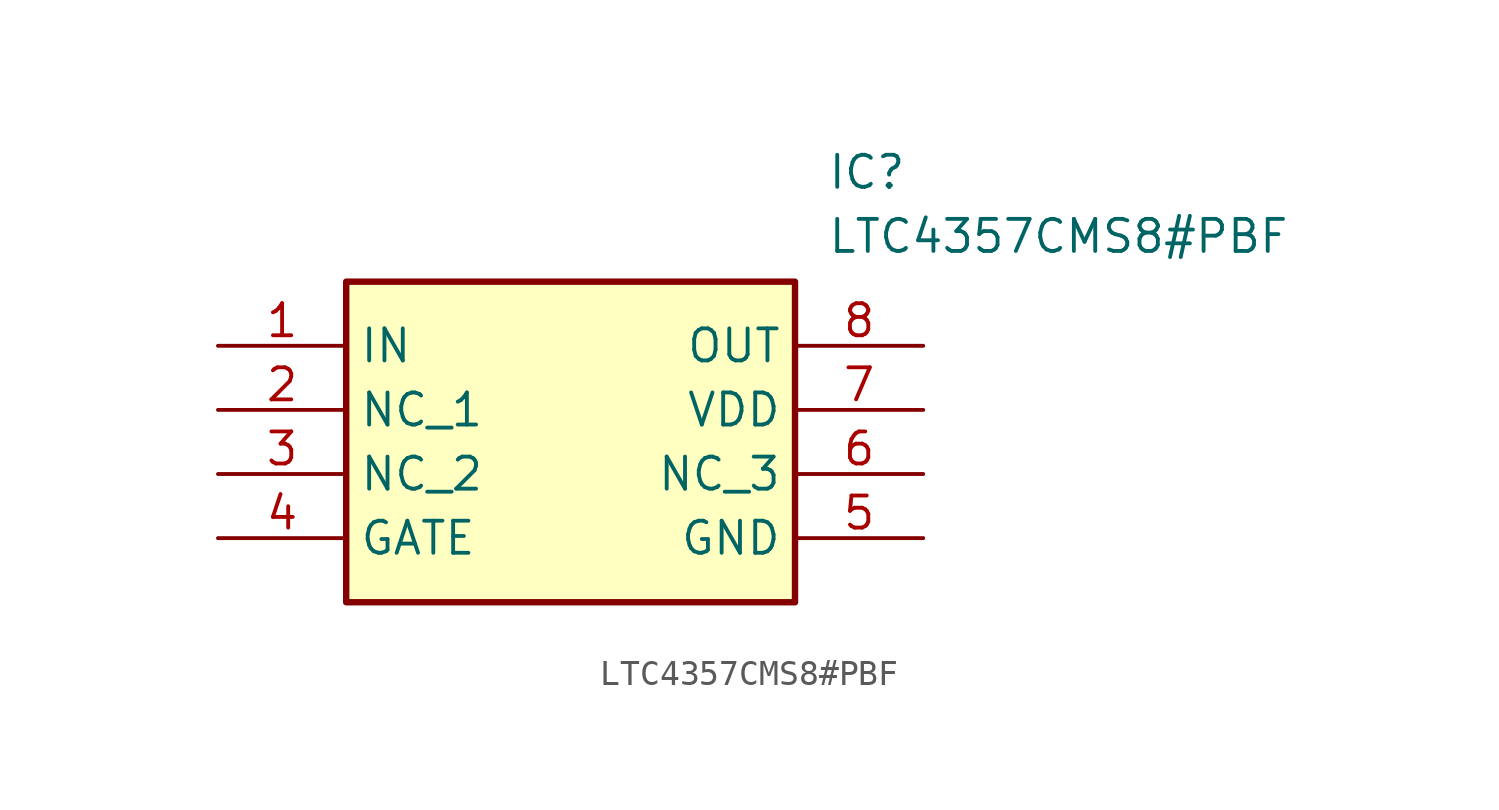
<source format=kicad_sym>
(kicad_symbol_lib
  (version 20211014)
  (generator SamacSys_ECAD_Model)
  (symbol "LTC4357CMS8#PBF"
    (property "Reference" "IC"
      (at 24.13 7.62 0)
      (effects (font (size 1.27 1.27)) (justify left top)))
    (property "Value" "LTC4357CMS8#PBF"
      (at 24.13 5.08 0)
      (effects (font (size 1.27 1.27)) (justify left top)))
    (rectangle
      (start 5.08 2.54)
      (end 22.86 -10.16)
      (stroke (width 0.254) (type default))
      (fill (type background)))
    (pin passive line
      (at 0 0 0)
      (length 5.08)
      (name "IN" (effects (font (size 1.27 1.27))))
      (number "1" (effects (font (size 1.27 1.27)))))
    (pin passive line
      (at 0 -2.54 0)
      (length 5.08)
      (name "NC_1" (effects (font (size 1.27 1.27))))
      (number "2" (effects (font (size 1.27 1.27)))))
    (pin passive line
      (at 0 -5.08 0)
      (length 5.08)
      (name "NC_2" (effects (font (size 1.27 1.27))))
      (number "3" (effects (font (size 1.27 1.27)))))
    (pin passive line
      (at 0 -7.62 0)
      (length 5.08)
      (name "GATE" (effects (font (size 1.27 1.27))))
      (number "4" (effects (font (size 1.27 1.27)))))
    (pin passive line
      (at 27.94 0 180)
      (length 5.08)
      (name "OUT" (effects (font (size 1.27 1.27))))
      (number "8" (effects (font (size 1.27 1.27)))))
    (pin passive line
      (at 27.94 -2.54 180)
      (length 5.08)
      (name "VDD" (effects (font (size 1.27 1.27))))
      (number "7" (effects (font (size 1.27 1.27)))))
    (pin passive line
      (at 27.94 -5.08 180)
      (length 5.08)
      (name "NC_3" (effects (font (size 1.27 1.27))))
      (number "6" (effects (font (size 1.27 1.27)))))
    (pin passive line
      (at 27.94 -7.62 180)
      (length 5.08)
      (name "GND" (effects (font (size 1.27 1.27))))
      (number "5" (effects (font (size 1.27 1.27)))))))
</source>
